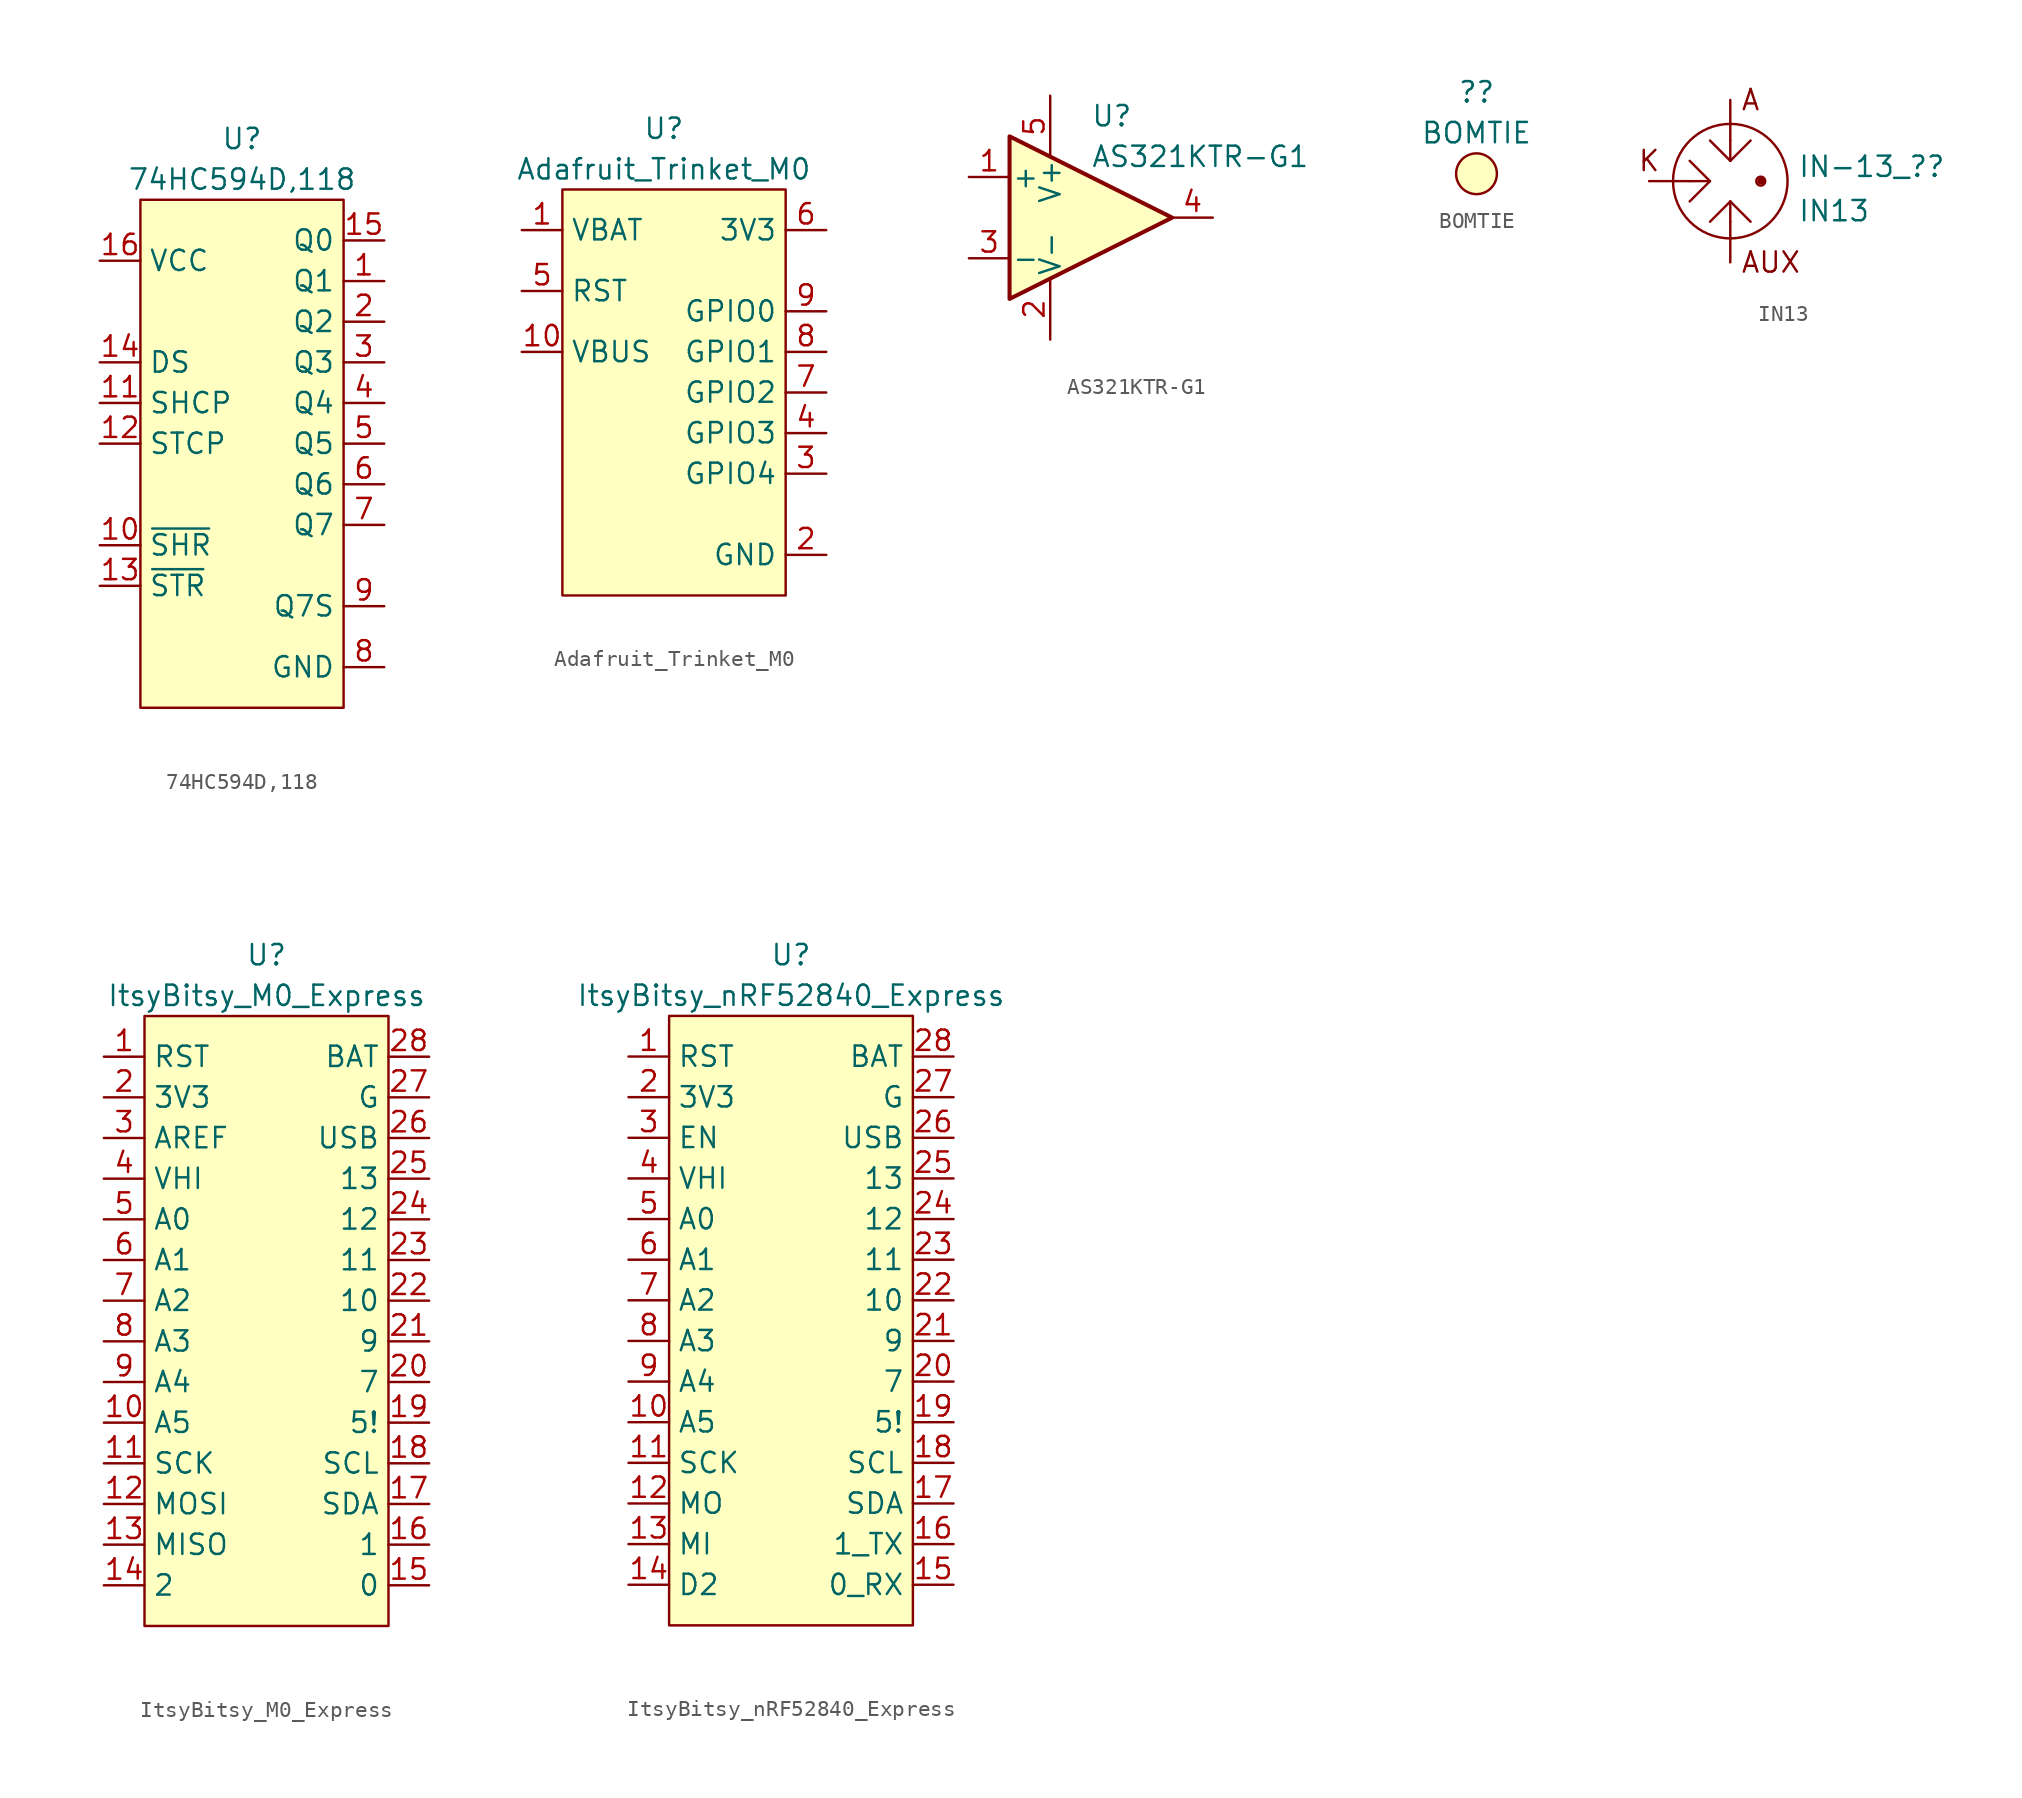
<source format=kicad_sym>
(kicad_symbol_lib
  (version 20211014)
  (generator kicad_symbol_editor)
  (symbol "74HC594D,118"
    (property "Reference" "U"
      (at 0 3.81 0)
      (effects (font (size 1.27 1.27))))
    (property "Value" "74HC594D,118"
      (at 0 1.27 0)
      (effects (font (size 1.27 1.27))))
    (symbol "74HC594D,118_0_1"
      (rectangle (start -6.35 0) (end 6.35 -31.75) (stroke (width 0) (type default) (color 0 0 0 0)) (fill (type background))))
    (symbol "74HC594D,118_1_1"
      (pin input line (at 8.89 -5.08 180) (length 2.54) (name "Q1" (effects (font (size 1.27 1.27)))) (number "1" (effects (font (size 1.27 1.27)))))
      (pin input line (at -8.89 -21.59 0) (length 2.54) (name "~{SHR}" (effects (font (size 1.27 1.27)))) (number "10" (effects (font (size 1.27 1.27)))))
      (pin input line (at -8.89 -12.7 0) (length 2.54) (name "SHCP" (effects (font (size 1.27 1.27)))) (number "11" (effects (font (size 1.27 1.27)))))
      (pin input line (at -8.89 -15.24 0) (length 2.54) (name "STCP" (effects (font (size 1.27 1.27)))) (number "12" (effects (font (size 1.27 1.27)))))
      (pin input line (at -8.89 -24.13 0) (length 2.54) (name "~{STR}" (effects (font (size 1.27 1.27)))) (number "13" (effects (font (size 1.27 1.27)))))
      (pin input line (at -8.89 -10.16 0) (length 2.54) (name "DS" (effects (font (size 1.27 1.27)))) (number "14" (effects (font (size 1.27 1.27)))))
      (pin input line (at 8.89 -2.54 180) (length 2.54) (name "Q0" (effects (font (size 1.27 1.27)))) (number "15" (effects (font (size 1.27 1.27)))))
      (pin input line (at -8.89 -3.81 0) (length 2.54) (name "VCC" (effects (font (size 1.27 1.27)))) (number "16" (effects (font (size 1.27 1.27)))))
      (pin input line (at 8.89 -7.62 180) (length 2.54) (name "Q2" (effects (font (size 1.27 1.27)))) (number "2" (effects (font (size 1.27 1.27)))))
      (pin input line (at 8.89 -10.16 180) (length 2.54) (name "Q3" (effects (font (size 1.27 1.27)))) (number "3" (effects (font (size 1.27 1.27)))))
      (pin input line (at 8.89 -12.7 180) (length 2.54) (name "Q4" (effects (font (size 1.27 1.27)))) (number "4" (effects (font (size 1.27 1.27)))))
      (pin input line (at 8.89 -15.24 180) (length 2.54) (name "Q5" (effects (font (size 1.27 1.27)))) (number "5" (effects (font (size 1.27 1.27)))))
      (pin input line (at 8.89 -17.78 180) (length 2.54) (name "Q6" (effects (font (size 1.27 1.27)))) (number "6" (effects (font (size 1.27 1.27)))))
      (pin input line (at 8.89 -20.32 180) (length 2.54) (name "Q7" (effects (font (size 1.27 1.27)))) (number "7" (effects (font (size 1.27 1.27)))))
      (pin input line (at 8.89 -29.21 180) (length 2.54) (name "GND" (effects (font (size 1.27 1.27)))) (number "8" (effects (font (size 1.27 1.27)))))
      (pin input line (at 8.89 -25.4 180) (length 2.54) (name "Q7S" (effects (font (size 1.27 1.27)))) (number "9" (effects (font (size 1.27 1.27)))))))
  (symbol "Adafruit_Trinket_M0"
    (property "Reference" "U"
      (at 0 3.81 0)
      (effects (font (size 1.27 1.27))))
    (property "Value" "Adafruit_Trinket_M0"
      (at 0 1.27 0)
      (effects (font (size 1.27 1.27))))
    (symbol "Adafruit_Trinket_M0_0_1"
      (rectangle (start -6.35 0) (end 7.62 -25.4) (stroke (width 0) (type default) (color 0 0 0 0)) (fill (type background))))
    (symbol "Adafruit_Trinket_M0_1_1"
      (pin input line (at -8.89 -2.54 0) (length 2.54) (name "VBAT" (effects (font (size 1.27 1.27)))) (number "1" (effects (font (size 1.27 1.27)))))
      (pin input line (at -8.89 -10.16 0) (length 2.54) (name "VBUS" (effects (font (size 1.27 1.27)))) (number "10" (effects (font (size 1.27 1.27)))))
      (pin input line (at 10.16 -22.86 180) (length 2.54) (name "GND" (effects (font (size 1.27 1.27)))) (number "2" (effects (font (size 1.27 1.27)))))
      (pin input line (at 10.16 -17.78 180) (length 2.54) (name "GPIO4" (effects (font (size 1.27 1.27)))) (number "3" (effects (font (size 1.27 1.27)))))
      (pin input line (at 10.16 -15.24 180) (length 2.54) (name "GPIO3" (effects (font (size 1.27 1.27)))) (number "4" (effects (font (size 1.27 1.27)))))
      (pin input line (at -8.89 -6.35 0) (length 2.54) (name "RST" (effects (font (size 1.27 1.27)))) (number "5" (effects (font (size 1.27 1.27)))))
      (pin input line (at 10.16 -2.54 180) (length 2.54) (name "3V3" (effects (font (size 1.27 1.27)))) (number "6" (effects (font (size 1.27 1.27)))))
      (pin input line (at 10.16 -12.7 180) (length 2.54) (name "GPIO2" (effects (font (size 1.27 1.27)))) (number "7" (effects (font (size 1.27 1.27)))))
      (pin input line (at 10.16 -10.16 180) (length 2.54) (name "GPIO1" (effects (font (size 1.27 1.27)))) (number "8" (effects (font (size 1.27 1.27)))))
      (pin input line (at 10.16 -7.62 180) (length 2.54) (name "GPIO0" (effects (font (size 1.27 1.27)))) (number "9" (effects (font (size 1.27 1.27)))))))
  (symbol "AS321KTR-G1"
    (pin_names
      (offset 0.127))
    (property "Reference" "U"
      (at 0 6.35 0)
      (effects (font (size 1.27 1.27)) (justify left)))
    (property "Value" "AS321KTR-G1"
      (at 0 3.81 0)
      (effects (font (size 1.27 1.27)) (justify left)))
    (symbol "AS321KTR-G1_0_1"
      (polyline (pts (xy -5.08 5.08) (xy 5.08 0) (xy -5.08 -5.08) (xy -5.08 5.08)) (stroke (width 0.254) (type default) (color 0 0 0 0)) (fill (type background))))
    (symbol "AS321KTR-G1_1_1"
      (pin input line (at -7.62 2.54 0) (length 2.54) (name "+" (effects (font (size 1.27 1.27)))) (number "1" (effects (font (size 1.27 1.27)))))
      (pin power_in line (at -2.54 -7.62 90) (length 3.81) (name "V-" (effects (font (size 1.27 1.27)))) (number "2" (effects (font (size 1.27 1.27)))))
      (pin input line (at -7.62 -2.54 0) (length 2.54) (name "-" (effects (font (size 1.27 1.27)))) (number "3" (effects (font (size 1.27 1.27)))))
      (pin output line (at 7.62 0 180) (length 2.54) (name "~" (effects (font (size 1.27 1.27)))) (number "4" (effects (font (size 1.27 1.27)))))
      (pin power_in line (at -2.54 7.62 270) (length 3.81) (name "V+" (effects (font (size 1.27 1.27)))) (number "5" (effects (font (size 1.27 1.27)))))))
  (symbol "BOMTIE"
    (property "Reference" "?"
      (at 0 5.08 0)
      (effects (font (size 1.27 1.27))))
    (property "Value" "BOMTIE"
      (at 0 2.54 0)
      (effects (font (size 1.27 1.27))))
    (symbol "BOMTIE_0_1"
      (circle (center 0 0) (radius 1.27) (stroke (width 0) (type default) (color 0 0 0 0)) (fill (type background)))))
  (symbol "IN13"
    (pin_numbers hide)
    (property "Reference" "IN-13_?"
      (at 4.216 0.908 0)
      (effects (font (size 1.27 1.27)) (justify left)))
    (property "Value" "IN13"
      (at 4.216 -1.867 0)
      (effects (font (size 1.27 1.27)) (justify left)))
    (symbol "IN13_0_0"
      (text "A" (at 1.27 5.08 0) (effects (font (size 1.27 1.27))))
      (text "AUX" (at 2.54 -5.08 0) (effects (font (size 1.27 1.27))))
      (text "K" (at -5.08 1.27 0) (effects (font (size 1.27 1.27)))))
    (symbol "IN13_0_1"
      (polyline (pts (xy -2.54 0) (xy -1.27 0)) (stroke (width 0) (type default) (color 0 0 0 0)) (fill (type none)))
      (polyline (pts (xy 0 -2.54) (xy 0 -1.27)) (stroke (width 0) (type default) (color 0 0 0 0)) (fill (type none)))
      (polyline (pts (xy 0 -1.27) (xy -1.27 -2.54)) (stroke (width 0) (type default) (color 0 0 0 0)) (fill (type none)))
      (polyline (pts (xy 0 -1.27) (xy 1.27 -2.54)) (stroke (width 0) (type default) (color 0 0 0 0)) (fill (type none)))
      (polyline (pts (xy 0 1.27) (xy -1.27 2.54)) (stroke (width 0) (type default) (color 0 0 0 0)) (fill (type none)))
      (polyline (pts (xy 0 1.27) (xy 1.27 2.54)) (stroke (width 0) (type default) (color 0 0 0 0)) (fill (type none)))
      (polyline (pts (xy 0 2.54) (xy 0 1.27)) (stroke (width 0) (type default) (color 0 0 0 0)) (fill (type none)))
      (polyline (pts (xy -2.54 1.27) (xy -1.27 0) (xy -2.54 -1.27)) (stroke (width 0) (type default) (color 0 0 0 0)) (fill (type none)))
      (circle (center 0 0) (radius 3.581) (stroke (width 0) (type default) (color 0 0 0 0)) (fill (type none)))
      (circle (center 1.905 0) (radius 0.127) (stroke (width 0) (type default) (color 0 0 0 0)) (fill (type none)))
      (circle (center 1.905 0) (radius 0.127) (stroke (width 0) (type default) (color 0 0 0 0)) (fill (type none)))
      (circle (center 1.905 0) (radius 0.279) (stroke (width 0) (type default) (color 0 0 0 0)) (fill (type none)))
      (circle (center 2.032 0) (radius 0.127) (stroke (width 0) (type default) (color 0 0 0 0)) (fill (type none))))
    (symbol "IN13_1_1"
      (pin passive line (at 0 -5.08 90) (length 2.54) (name "~" (effects (font (size 1.27 1.27)))) (number "1" (effects (font (size 1.27 1.27)))))
      (pin passive line (at -5.08 0 0) (length 2.54) (name "~" (effects (font (size 1.27 1.27)))) (number "2" (effects (font (size 1.27 1.27)))))
      (pin passive line (at 0 5.08 270) (length 2.54) (name "~" (effects (font (size 1.27 1.27)))) (number "3" (effects (font (size 1.27 1.27)))))))
  (symbol "ItsyBitsy_M0_Express"
    (property "Reference" "U"
      (at 0 3.81 0)
      (effects (font (size 1.27 1.27))))
    (property "Value" "ItsyBitsy_M0_Express"
      (at 0 1.27 0)
      (effects (font (size 1.27 1.27))))
    (symbol "ItsyBitsy_M0_Express_0_0"
      (pin unspecified line (at -10.16 -2.54 0) (length 2.54) (name "RST" (effects (font (size 1.27 1.27)))) (number "1" (effects (font (size 1.27 1.27)))))
      (pin unspecified line (at -10.16 -25.4 0) (length 2.54) (name "A5" (effects (font (size 1.27 1.27)))) (number "10" (effects (font (size 1.27 1.27)))))
      (pin unspecified line (at -10.16 -27.94 0) (length 2.54) (name "SCK" (effects (font (size 1.27 1.27)))) (number "11" (effects (font (size 1.27 1.27)))))
      (pin unspecified line (at -10.16 -30.48 0) (length 2.54) (name "MOSI" (effects (font (size 1.27 1.27)))) (number "12" (effects (font (size 1.27 1.27)))))
      (pin unspecified line (at -10.16 -33.02 0) (length 2.54) (name "MISO" (effects (font (size 1.27 1.27)))) (number "13" (effects (font (size 1.27 1.27)))))
      (pin unspecified line (at -10.16 -35.56 0) (length 2.54) (name "2" (effects (font (size 1.27 1.27)))) (number "14" (effects (font (size 1.27 1.27)))))
      (pin unspecified line (at 10.16 -35.56 180) (length 2.54) (name "0" (effects (font (size 1.27 1.27)))) (number "15" (effects (font (size 1.27 1.27)))))
      (pin unspecified line (at 10.16 -33.02 180) (length 2.54) (name "1" (effects (font (size 1.27 1.27)))) (number "16" (effects (font (size 1.27 1.27)))))
      (pin unspecified line (at 10.16 -30.48 180) (length 2.54) (name "SDA" (effects (font (size 1.27 1.27)))) (number "17" (effects (font (size 1.27 1.27)))))
      (pin unspecified line (at 10.16 -27.94 180) (length 2.54) (name "SCL" (effects (font (size 1.27 1.27)))) (number "18" (effects (font (size 1.27 1.27)))))
      (pin unspecified line (at 10.16 -25.4 180) (length 2.54) (name "5!" (effects (font (size 1.27 1.27)))) (number "19" (effects (font (size 1.27 1.27)))))
      (pin unspecified line (at -10.16 -5.08 0) (length 2.54) (name "3V3" (effects (font (size 1.27 1.27)))) (number "2" (effects (font (size 1.27 1.27)))))
      (pin unspecified line (at 10.16 -22.86 180) (length 2.54) (name "7" (effects (font (size 1.27 1.27)))) (number "20" (effects (font (size 1.27 1.27)))))
      (pin unspecified line (at 10.16 -20.32 180) (length 2.54) (name "9" (effects (font (size 1.27 1.27)))) (number "21" (effects (font (size 1.27 1.27)))))
      (pin unspecified line (at 10.16 -17.78 180) (length 2.54) (name "10" (effects (font (size 1.27 1.27)))) (number "22" (effects (font (size 1.27 1.27)))))
      (pin unspecified line (at 10.16 -15.24 180) (length 2.54) (name "11" (effects (font (size 1.27 1.27)))) (number "23" (effects (font (size 1.27 1.27)))))
      (pin unspecified line (at 10.16 -12.7 180) (length 2.54) (name "12" (effects (font (size 1.27 1.27)))) (number "24" (effects (font (size 1.27 1.27)))))
      (pin unspecified line (at 10.16 -10.16 180) (length 2.54) (name "13" (effects (font (size 1.27 1.27)))) (number "25" (effects (font (size 1.27 1.27)))))
      (pin unspecified line (at 10.16 -7.62 180) (length 2.54) (name "USB" (effects (font (size 1.27 1.27)))) (number "26" (effects (font (size 1.27 1.27)))))
      (pin unspecified line (at 10.16 -5.08 180) (length 2.54) (name "G" (effects (font (size 1.27 1.27)))) (number "27" (effects (font (size 1.27 1.27)))))
      (pin unspecified line (at 10.16 -2.54 180) (length 2.54) (name "BAT" (effects (font (size 1.27 1.27)))) (number "28" (effects (font (size 1.27 1.27)))))
      (pin unspecified line (at -10.16 -7.62 0) (length 2.54) (name "AREF" (effects (font (size 1.27 1.27)))) (number "3" (effects (font (size 1.27 1.27)))))
      (pin unspecified line (at -10.16 -10.16 0) (length 2.54) (name "VHI" (effects (font (size 1.27 1.27)))) (number "4" (effects (font (size 1.27 1.27)))))
      (pin unspecified line (at -10.16 -12.7 0) (length 2.54) (name "A0" (effects (font (size 1.27 1.27)))) (number "5" (effects (font (size 1.27 1.27)))))
      (pin unspecified line (at -10.16 -15.24 0) (length 2.54) (name "A1" (effects (font (size 1.27 1.27)))) (number "6" (effects (font (size 1.27 1.27)))))
      (pin unspecified line (at -10.16 -17.78 0) (length 2.54) (name "A2" (effects (font (size 1.27 1.27)))) (number "7" (effects (font (size 1.27 1.27)))))
      (pin unspecified line (at -10.16 -20.32 0) (length 2.54) (name "A3" (effects (font (size 1.27 1.27)))) (number "8" (effects (font (size 1.27 1.27)))))
      (pin unspecified line (at -10.16 -22.86 0) (length 2.54) (name "A4" (effects (font (size 1.27 1.27)))) (number "9" (effects (font (size 1.27 1.27))))))
    (symbol "ItsyBitsy_M0_Express_0_1"
      (rectangle (start -7.62 0) (end 7.62 -38.1) (stroke (width 0) (type default) (color 0 0 0 0)) (fill (type background)))))
  (symbol "ItsyBitsy_nRF52840_Express"
    (property "Reference" "U"
      (at 0 3.81 0)
      (effects (font (size 1.27 1.27))))
    (property "Value" "ItsyBitsy_nRF52840_Express"
      (at 0 1.27 0)
      (effects (font (size 1.27 1.27))))
    (symbol "ItsyBitsy_nRF52840_Express_0_0"
      (pin unspecified line (at -10.16 -2.54 0) (length 2.54) (name "RST" (effects (font (size 1.27 1.27)))) (number "1" (effects (font (size 1.27 1.27)))))
      (pin unspecified line (at -10.16 -25.4 0) (length 2.54) (name "A5" (effects (font (size 1.27 1.27)))) (number "10" (effects (font (size 1.27 1.27)))))
      (pin unspecified line (at -10.16 -27.94 0) (length 2.54) (name "SCK" (effects (font (size 1.27 1.27)))) (number "11" (effects (font (size 1.27 1.27)))))
      (pin unspecified line (at -10.16 -30.48 0) (length 2.54) (name "MO" (effects (font (size 1.27 1.27)))) (number "12" (effects (font (size 1.27 1.27)))))
      (pin unspecified line (at -10.16 -33.02 0) (length 2.54) (name "MI" (effects (font (size 1.27 1.27)))) (number "13" (effects (font (size 1.27 1.27)))))
      (pin unspecified line (at -10.16 -35.56 0) (length 2.54) (name "D2" (effects (font (size 1.27 1.27)))) (number "14" (effects (font (size 1.27 1.27)))))
      (pin unspecified line (at 10.16 -35.56 180) (length 2.54) (name "0_RX" (effects (font (size 1.27 1.27)))) (number "15" (effects (font (size 1.27 1.27)))))
      (pin unspecified line (at 10.16 -33.02 180) (length 2.54) (name "1_TX" (effects (font (size 1.27 1.27)))) (number "16" (effects (font (size 1.27 1.27)))))
      (pin unspecified line (at 10.16 -30.48 180) (length 2.54) (name "SDA" (effects (font (size 1.27 1.27)))) (number "17" (effects (font (size 1.27 1.27)))))
      (pin unspecified line (at 10.16 -27.94 180) (length 2.54) (name "SCL" (effects (font (size 1.27 1.27)))) (number "18" (effects (font (size 1.27 1.27)))))
      (pin unspecified line (at 10.16 -25.4 180) (length 2.54) (name "5!" (effects (font (size 1.27 1.27)))) (number "19" (effects (font (size 1.27 1.27)))))
      (pin unspecified line (at -10.16 -5.08 0) (length 2.54) (name "3V3" (effects (font (size 1.27 1.27)))) (number "2" (effects (font (size 1.27 1.27)))))
      (pin unspecified line (at 10.16 -22.86 180) (length 2.54) (name "7" (effects (font (size 1.27 1.27)))) (number "20" (effects (font (size 1.27 1.27)))))
      (pin unspecified line (at 10.16 -20.32 180) (length 2.54) (name "9" (effects (font (size 1.27 1.27)))) (number "21" (effects (font (size 1.27 1.27)))))
      (pin unspecified line (at 10.16 -17.78 180) (length 2.54) (name "10" (effects (font (size 1.27 1.27)))) (number "22" (effects (font (size 1.27 1.27)))))
      (pin unspecified line (at 10.16 -15.24 180) (length 2.54) (name "11" (effects (font (size 1.27 1.27)))) (number "23" (effects (font (size 1.27 1.27)))))
      (pin unspecified line (at 10.16 -12.7 180) (length 2.54) (name "12" (effects (font (size 1.27 1.27)))) (number "24" (effects (font (size 1.27 1.27)))))
      (pin unspecified line (at 10.16 -10.16 180) (length 2.54) (name "13" (effects (font (size 1.27 1.27)))) (number "25" (effects (font (size 1.27 1.27)))))
      (pin unspecified line (at 10.16 -7.62 180) (length 2.54) (name "USB" (effects (font (size 1.27 1.27)))) (number "26" (effects (font (size 1.27 1.27)))))
      (pin unspecified line (at 10.16 -5.08 180) (length 2.54) (name "G" (effects (font (size 1.27 1.27)))) (number "27" (effects (font (size 1.27 1.27)))))
      (pin unspecified line (at 10.16 -2.54 180) (length 2.54) (name "BAT" (effects (font (size 1.27 1.27)))) (number "28" (effects (font (size 1.27 1.27)))))
      (pin unspecified line (at -10.16 -7.62 0) (length 2.54) (name "EN" (effects (font (size 1.27 1.27)))) (number "3" (effects (font (size 1.27 1.27)))))
      (pin unspecified line (at -10.16 -10.16 0) (length 2.54) (name "VHI" (effects (font (size 1.27 1.27)))) (number "4" (effects (font (size 1.27 1.27)))))
      (pin unspecified line (at -10.16 -12.7 0) (length 2.54) (name "A0" (effects (font (size 1.27 1.27)))) (number "5" (effects (font (size 1.27 1.27)))))
      (pin unspecified line (at -10.16 -15.24 0) (length 2.54) (name "A1" (effects (font (size 1.27 1.27)))) (number "6" (effects (font (size 1.27 1.27)))))
      (pin unspecified line (at -10.16 -17.78 0) (length 2.54) (name "A2" (effects (font (size 1.27 1.27)))) (number "7" (effects (font (size 1.27 1.27)))))
      (pin unspecified line (at -10.16 -20.32 0) (length 2.54) (name "A3" (effects (font (size 1.27 1.27)))) (number "8" (effects (font (size 1.27 1.27)))))
      (pin unspecified line (at -10.16 -22.86 0) (length 2.54) (name "A4" (effects (font (size 1.27 1.27)))) (number "9" (effects (font (size 1.27 1.27))))))
    (symbol "ItsyBitsy_nRF52840_Express_0_1"
      (rectangle (start -7.62 0) (end 7.62 -38.1) (stroke (width 0) (type default) (color 0 0 0 0)) (fill (type background))))))
</source>
